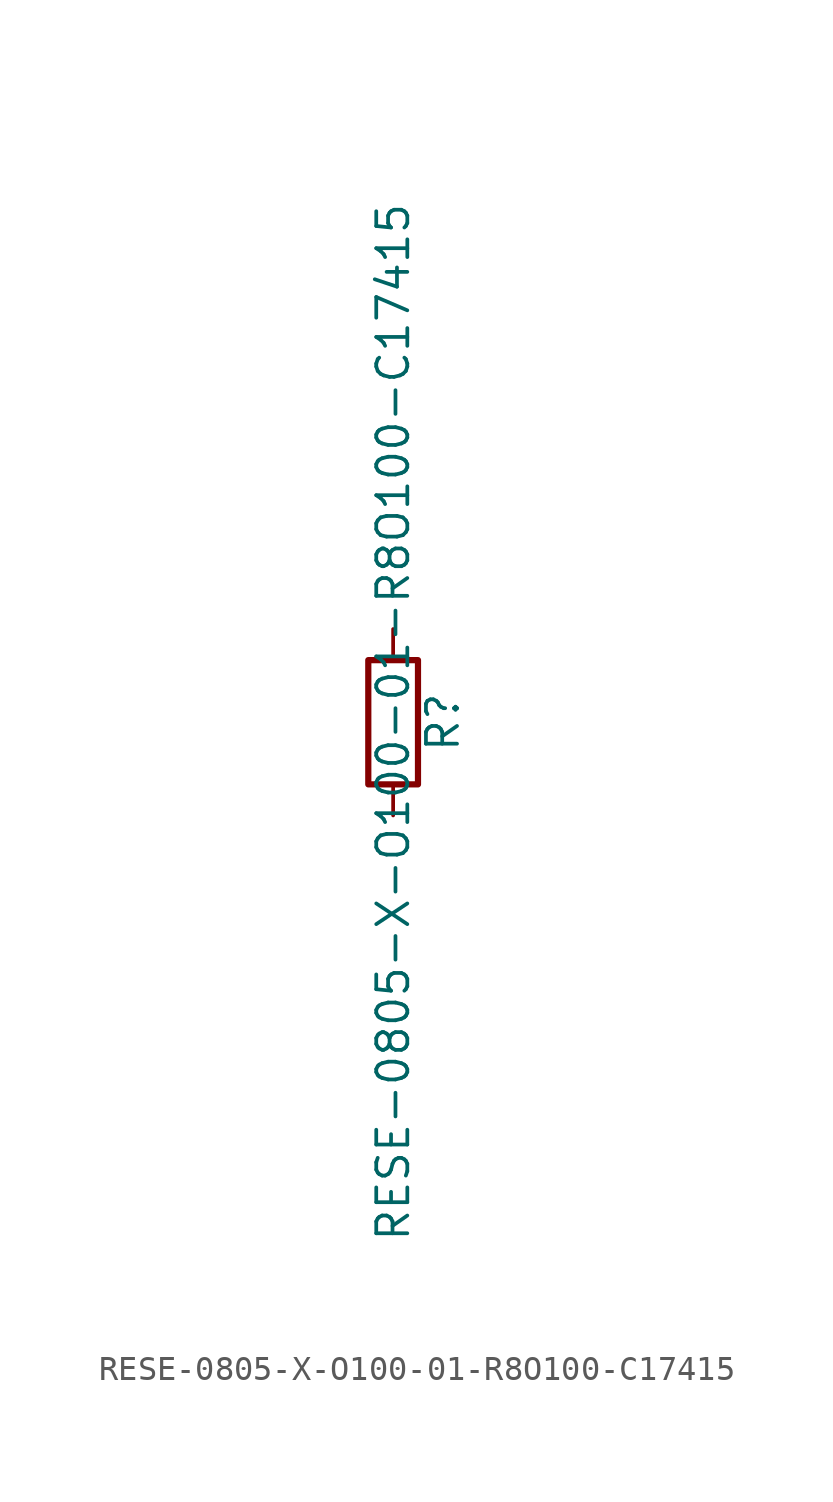
<source format=kicad_sym>
(kicad_symbol_lib
  (version 20211014)
  (generator kicad_symbol_editor)
  (symbol "RESE-0805-X-O100-01-R8O100-C17415"
    (pin_numbers hide)
    (pin_names
      (offset 0))
    (property "Reference" "R"
      (at 2.032 0 90)
      (effects (font (size 1.27 1.27))))
    (property "Value" "RESE-0805-X-O100-01-R8O100-C17415"
      (at 0 0 90)
      (effects (font (size 1.27 1.27))))
    (symbol "RESE-0805-X-O100-01-R8O100-C17415_0_1"
      (rectangle (start -1.016 -2.54) (end 1.016 2.54) (stroke (width 0.254) (type default) (color 0 0 0 0)) (fill (type none))))
    (symbol "RESE-0805-X-O100-01-R8O100-C17415_1_1"
      (pin passive line (at 0 3.81 270) (length 1.27) (name "~" (effects (font (size 1.27 1.27)))) (number "1" (effects (font (size 1.27 1.27)))))
      (pin passive line (at 0 -3.81 90) (length 1.27) (name "~" (effects (font (size 1.27 1.27)))) (number "2" (effects (font (size 1.27 1.27))))))))
</source>
